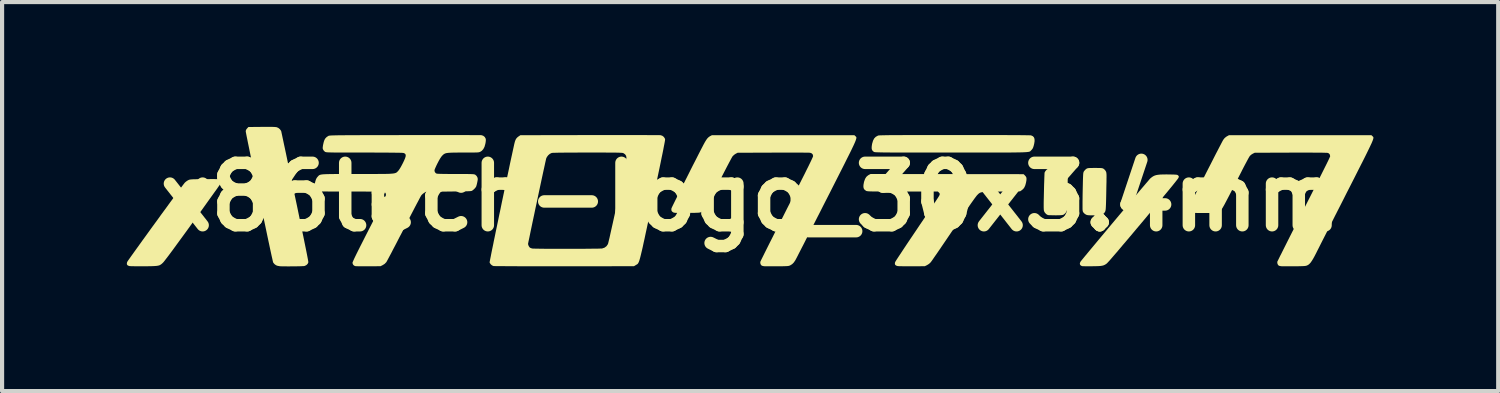
<source format=kicad_pcb>
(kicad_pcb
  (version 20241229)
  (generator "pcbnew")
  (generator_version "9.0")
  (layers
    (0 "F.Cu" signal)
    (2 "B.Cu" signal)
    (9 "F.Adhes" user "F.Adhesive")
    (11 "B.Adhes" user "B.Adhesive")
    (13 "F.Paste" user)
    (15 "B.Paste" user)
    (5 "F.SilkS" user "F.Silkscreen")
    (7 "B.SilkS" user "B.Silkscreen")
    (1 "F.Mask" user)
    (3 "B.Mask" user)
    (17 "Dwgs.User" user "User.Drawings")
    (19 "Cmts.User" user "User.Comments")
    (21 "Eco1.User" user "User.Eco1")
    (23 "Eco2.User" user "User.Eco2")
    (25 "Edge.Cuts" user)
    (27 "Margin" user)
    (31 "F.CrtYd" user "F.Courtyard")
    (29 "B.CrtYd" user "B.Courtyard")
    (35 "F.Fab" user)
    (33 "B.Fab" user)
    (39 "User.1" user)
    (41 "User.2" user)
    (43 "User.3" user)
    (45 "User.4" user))
  (footprint "x86tech-logo_30x3.4mm"
    (layer "F.Cu")
    (at 15.001 1.687)
    (property "Reference" "x86tech-logo_30x3.4mm" (at 0 0 0) (layer "F.SilkS") (effects (font (size 1.5 1.5) (thickness 0.3))))
    (attr board_only exclude_from_pos_files exclude_from_bom)
    (fp_poly (pts (xy 7.404 -0.703) (xy 7.446 -0.702) (xy 7.477 -0.7) (xy 7.5 -0.697) (xy 7.518 -0.692) (xy 7.535 -0.684) (xy 7.539 -0.682) (xy 7.569 -0.662) (xy 7.596 -0.637) (xy 7.603 -0.628) (xy 7.625 -0.595) (xy 7.619 -0.164) (xy 7.617 -0.074) (xy 7.616 0.011) (xy 7.614 0.089) (xy 7.613 0.159) (xy 7.611 0.218) (xy 7.61 0.264) (xy 7.608 0.295) (xy 7.607 0.308) (xy 7.593 0.351) (xy 7.565 0.391) (xy 7.528 0.421) (xy 7.513 0.428) (xy 7.493 0.433) (xy 7.462 0.437) (xy 7.416 0.439) (xy 7.355 0.44) (xy 7.321 0.44) (xy 7.267 0.439) (xy 7.219 0.438) (xy 7.18 0.437) (xy 7.154 0.435) (xy 7.145 0.434) (xy 7.104 0.41) (xy 7.071 0.373) (xy 7.059 0.351) (xy 7.055 0.341) (xy 7.051 0.33) (xy 7.049 0.317) (xy 7.047 0.299) (xy 7.046 0.275) (xy 7.045 0.244) (xy 7.045 0.203) (xy 7.045 0.151) (xy 7.046 0.086) (xy 7.048 0.006) (xy 7.05 -0.09) (xy 7.051 -0.128) (xy 7.053 -0.218) (xy 7.055 -0.302) (xy 7.058 -0.379) (xy 7.06 -0.447) (xy 7.062 -0.503) (xy 7.064 -0.546) (xy 7.065 -0.575) (xy 7.066 -0.586) (xy 7.084 -0.62) (xy 7.113 -0.654) (xy 7.148 -0.68) (xy 7.158 -0.685) (xy 7.175 -0.692) (xy 7.196 -0.697) (xy 7.224 -0.7) (xy 7.261 -0.702) (xy 7.311 -0.703) (xy 7.347 -0.703)) (stroke (width 0) (type solid)) (fill yes) (layer "F.SilkS"))
    (fp_poly (pts (xy 8.341 -0.698) (xy 8.386 -0.698) (xy 8.42 -0.696) (xy 8.443 -0.694) (xy 8.46 -0.69) (xy 8.474 -0.685) (xy 8.487 -0.677) (xy 8.487 -0.677) (xy 8.517 -0.651) (xy 8.54 -0.616) (xy 8.545 -0.607) (xy 8.548 -0.597) (xy 8.551 -0.584) (xy 8.553 -0.568) (xy 8.555 -0.547) (xy 8.556 -0.518) (xy 8.556 -0.48) (xy 8.555 -0.431) (xy 8.555 -0.37) (xy 8.553 -0.295) (xy 8.551 -0.203) (xy 8.55 -0.131) (xy 8.548 -0.028) (xy 8.546 0.058) (xy 8.544 0.129) (xy 8.542 0.186) (xy 8.54 0.231) (xy 8.538 0.267) (xy 8.536 0.293) (xy 8.533 0.314) (xy 8.53 0.329) (xy 8.527 0.341) (xy 8.522 0.351) (xy 8.52 0.356) (xy 8.496 0.392) (xy 8.461 0.418) (xy 8.458 0.419) (xy 8.442 0.427) (xy 8.425 0.433) (xy 8.405 0.437) (xy 8.379 0.439) (xy 8.342 0.44) (xy 8.291 0.441) (xy 8.257 0.441) (xy 8.196 0.44) (xy 8.152 0.44) (xy 8.119 0.438) (xy 8.095 0.435) (xy 8.077 0.43) (xy 8.061 0.423) (xy 8.059 0.422) (xy 8.029 0.402) (xy 8.004 0.377) (xy 7.999 0.371) (xy 7.993 0.36) (xy 7.987 0.35) (xy 7.984 0.336) (xy 7.981 0.318) (xy 7.979 0.292) (xy 7.979 0.255) (xy 7.979 0.206) (xy 7.979 0.142) (xy 7.979 0.111) (xy 7.98 0.029) (xy 7.981 -0.063) (xy 7.983 -0.161) (xy 7.985 -0.256) (xy 7.987 -0.341) (xy 7.987 -0.352) (xy 7.989 -0.424) (xy 7.991 -0.481) (xy 7.993 -0.523) (xy 7.995 -0.555) (xy 7.998 -0.578) (xy 8.002 -0.594) (xy 8.007 -0.607) (xy 8.013 -0.619) (xy 8.015 -0.621) (xy 8.038 -0.649) (xy 8.066 -0.674) (xy 8.071 -0.677) (xy 8.084 -0.685) (xy 8.098 -0.69) (xy 8.115 -0.694) (xy 8.138 -0.696) (xy 8.171 -0.698) (xy 8.216 -0.698) (xy 8.277 -0.699) (xy 8.279 -0.699)) (stroke (width 0) (type solid)) (fill yes) (layer "F.SilkS"))
    (fp_poly (pts (xy 10.054 -0.542) (xy 10.121 -0.541) (xy 10.172 -0.54) (xy 10.209 -0.538) (xy 10.235 -0.536) (xy 10.252 -0.533) (xy 10.264 -0.529) (xy 10.272 -0.523) (xy 10.278 -0.518) (xy 10.291 -0.503) (xy 10.294 -0.49) (xy 10.289 -0.47) (xy 10.285 -0.459) (xy 10.277 -0.447) (xy 10.258 -0.421) (xy 10.229 -0.384) (xy 10.189 -0.334) (xy 10.142 -0.275) (xy 10.086 -0.207) (xy 10.023 -0.13) (xy 9.953 -0.046) (xy 9.879 0.045) (xy 9.8 0.14) (xy 9.717 0.24) (xy 9.631 0.342) (xy 9.544 0.447) (xy 9.455 0.554) (xy 9.366 0.66) (xy 9.277 0.765) (xy 9.19 0.869) (xy 9.105 0.97) (xy 9.023 1.067) (xy 8.945 1.158) (xy 8.872 1.245) (xy 8.805 1.324) (xy 8.743 1.395) (xy 8.69 1.457) (xy 8.644 1.51) (xy 8.607 1.551) (xy 8.58 1.58) (xy 8.564 1.597) (xy 8.561 1.599) (xy 8.535 1.618) (xy 8.51 1.632) (xy 8.485 1.643) (xy 8.455 1.651) (xy 8.42 1.657) (xy 8.374 1.661) (xy 8.317 1.663) (xy 8.245 1.664) (xy 8.214 1.665) (xy 8.15 1.665) (xy 8.091 1.665) (xy 8.041 1.665) (xy 8.002 1.664) (xy 7.977 1.663) (xy 7.97 1.663) (xy 7.937 1.648) (xy 7.918 1.624) (xy 7.914 1.593) (xy 7.928 1.559) (xy 7.93 1.556) (xy 7.94 1.542) (xy 7.962 1.515) (xy 7.994 1.476) (xy 8.035 1.426) (xy 8.085 1.366) (xy 8.142 1.297) (xy 8.207 1.219) (xy 8.277 1.135) (xy 8.352 1.045) (xy 8.432 0.949) (xy 8.515 0.85) (xy 8.6 0.748) (xy 8.687 0.644) (xy 8.775 0.539) (xy 8.863 0.434) (xy 8.95 0.331) (xy 9.035 0.229) (xy 9.118 0.131) (xy 9.197 0.037) (xy 9.271 -0.051) (xy 9.341 -0.134) (xy 9.404 -0.209) (xy 9.461 -0.275) (xy 9.51 -0.333) (xy 9.55 -0.379) (xy 9.58 -0.415) (xy 9.6 -0.438) (xy 9.609 -0.447) (xy 9.642 -0.474) (xy 9.674 -0.496) (xy 9.708 -0.513) (xy 9.747 -0.526) (xy 9.793 -0.534) (xy 9.849 -0.54) (xy 9.918 -0.542) (xy 10.001 -0.543)) (stroke (width 0) (type solid)) (fill yes) (layer "F.SilkS"))
    (fp_poly (pts (xy -11.57 -1.686) (xy -11.502 -1.686) (xy -11.452 -1.684) (xy -11.417 -1.681) (xy -11.397 -1.678) (xy -11.357 -1.66) (xy -11.322 -1.631) (xy -11.296 -1.596) (xy -11.289 -1.581) (xy -11.286 -1.568) (xy -11.28 -1.539) (xy -11.27 -1.493) (xy -11.257 -1.431) (xy -11.241 -1.356) (xy -11.222 -1.266) (xy -11.2 -1.164) (xy -11.176 -1.051) (xy -11.15 -0.927) (xy -11.122 -0.793) (xy -11.092 -0.651) (xy -11.06 -0.5) (xy -11.027 -0.344) (xy -10.993 -0.181) (xy -10.958 -0.014) (xy -10.956 -0.005) (xy -10.908 0.222) (xy -10.865 0.431) (xy -10.825 0.623) (xy -10.789 0.798) (xy -10.756 0.955) (xy -10.728 1.094) (xy -10.703 1.216) (xy -10.682 1.32) (xy -10.665 1.407) (xy -10.652 1.475) (xy -10.643 1.525) (xy -10.638 1.557) (xy -10.637 1.571) (xy -10.637 1.571) (xy -10.652 1.605) (xy -10.681 1.635) (xy -10.719 1.655) (xy -10.737 1.66) (xy -10.755 1.662) (xy -10.788 1.663) (xy -10.834 1.665) (xy -10.89 1.666) (xy -10.952 1.667) (xy -11.017 1.667) (xy -11.084 1.668) (xy -11.148 1.668) (xy -11.206 1.667) (xy -11.257 1.667) (xy -11.296 1.666) (xy -11.32 1.665) (xy -11.326 1.664) (xy -11.345 1.66) (xy -11.371 1.656) (xy -11.376 1.655) (xy -11.413 1.641) (xy -11.448 1.616) (xy -11.476 1.584) (xy -11.485 1.568) (xy -11.488 1.555) (xy -11.495 1.525) (xy -11.505 1.479) (xy -11.519 1.418) (xy -11.535 1.344) (xy -11.554 1.257) (xy -11.575 1.158) (xy -11.598 1.05) (xy -11.623 0.932) (xy -11.649 0.807) (xy -11.677 0.674) (xy -11.706 0.537) (xy -11.736 0.395) (xy -11.766 0.25) (xy -11.797 0.103) (xy -11.828 -0.045) (xy -11.859 -0.193) (xy -11.889 -0.339) (xy -11.919 -0.483) (xy -11.948 -0.622) (xy -11.976 -0.757) (xy -12.003 -0.886) (xy -12.028 -1.007) (xy -12.051 -1.12) (xy -12.072 -1.223) (xy -12.091 -1.315) (xy -12.107 -1.396) (xy -12.121 -1.463) (xy -12.131 -1.516) (xy -12.138 -1.553) (xy -12.142 -1.574) (xy -12.142 -1.578) (xy -12.138 -1.606) (xy -12.124 -1.632) (xy -12.11 -1.648) (xy -12.078 -1.683) (xy -11.756 -1.686) (xy -11.654 -1.687)) (stroke (width 0) (type solid)) (fill yes) (layer "F.SilkS"))
    (fp_poly (pts (xy -12.865 -0.43) (xy -12.831 -0.429) (xy -12.806 -0.428) (xy -12.788 -0.426) (xy -12.776 -0.423) (xy -12.768 -0.419) (xy -12.761 -0.414) (xy -12.758 -0.412) (xy -12.738 -0.389) (xy -12.734 -0.362) (xy -12.745 -0.327) (xy -12.75 -0.318) (xy -12.757 -0.307) (xy -12.775 -0.281) (xy -12.803 -0.242) (xy -12.839 -0.19) (xy -12.884 -0.128) (xy -12.936 -0.055) (xy -12.995 0.027) (xy -13.06 0.118) (xy -13.13 0.216) (xy -13.205 0.321) (xy -13.284 0.43) (xy -13.367 0.545) (xy -13.421 0.619) (xy -13.53 0.77) (xy -13.631 0.909) (xy -13.724 1.036) (xy -13.808 1.151) (xy -13.882 1.253) (xy -13.948 1.342) (xy -14.004 1.417) (xy -14.051 1.478) (xy -14.087 1.525) (xy -14.113 1.558) (xy -14.129 1.576) (xy -14.129 1.576) (xy -14.152 1.598) (xy -14.172 1.615) (xy -14.193 1.629) (xy -14.215 1.641) (xy -14.242 1.649) (xy -14.275 1.655) (xy -14.316 1.659) (xy -14.368 1.662) (xy -14.433 1.664) (xy -14.512 1.665) (xy -14.594 1.665) (xy -14.671 1.666) (xy -14.743 1.666) (xy -14.808 1.665) (xy -14.862 1.664) (xy -14.905 1.663) (xy -14.933 1.661) (xy -14.943 1.66) (xy -14.979 1.646) (xy -14.998 1.624) (xy -15.001 1.593) (xy -14.993 1.562) (xy -14.986 1.551) (xy -14.969 1.525) (xy -14.942 1.487) (xy -14.907 1.437) (xy -14.864 1.377) (xy -14.814 1.307) (xy -14.757 1.228) (xy -14.696 1.143) (xy -14.63 1.051) (xy -14.56 0.955) (xy -14.487 0.854) (xy -14.413 0.751) (xy -14.337 0.647) (xy -14.26 0.542) (xy -14.185 0.437) (xy -14.11 0.335) (xy -14.037 0.236) (xy -13.968 0.14) (xy -13.901 0.05) (xy -13.84 -0.034) (xy -13.784 -0.11) (xy -13.734 -0.177) (xy -13.691 -0.235) (xy -13.656 -0.282) (xy -13.629 -0.317) (xy -13.612 -0.339) (xy -13.607 -0.345) (xy -13.576 -0.372) (xy -13.541 -0.396) (xy -13.522 -0.406) (xy -13.51 -0.412) (xy -13.498 -0.416) (xy -13.483 -0.419) (xy -13.463 -0.422) (xy -13.437 -0.424) (xy -13.403 -0.426) (xy -13.358 -0.427) (xy -13.3 -0.428) (xy -13.228 -0.429) (xy -13.14 -0.429) (xy -13.131 -0.429) (xy -13.041 -0.43) (xy -12.968 -0.431) (xy -12.91 -0.431)) (stroke (width 0) (type solid)) (fill yes) (layer "F.SilkS"))
    (fp_poly (pts (xy 5.143 -1.49) (xy 5.366 -1.49) (xy 5.574 -1.49) (xy 5.766 -1.49) (xy 5.941 -1.489) (xy 6.099 -1.489) (xy 6.241 -1.488) (xy 6.365 -1.488) (xy 6.473 -1.487) (xy 6.562 -1.486) (xy 6.634 -1.485) (xy 6.688 -1.484) (xy 6.724 -1.483) (xy 6.741 -1.482) (xy 6.742 -1.481) (xy 6.783 -1.463) (xy 6.81 -1.435) (xy 6.824 -1.396) (xy 6.826 -1.344) (xy 6.817 -1.284) (xy 6.804 -1.23) (xy 6.791 -1.19) (xy 6.776 -1.16) (xy 6.756 -1.135) (xy 6.745 -1.124) (xy 6.738 -1.117) (xy 6.733 -1.111) (xy 6.728 -1.106) (xy 6.723 -1.101) (xy 6.716 -1.096) (xy 6.708 -1.092) (xy 6.696 -1.089) (xy 6.681 -1.085) (xy 6.662 -1.083) (xy 6.638 -1.08) (xy 6.608 -1.078) (xy 6.571 -1.076) (xy 6.527 -1.074) (xy 6.474 -1.073) (xy 6.412 -1.072) (xy 6.341 -1.071) (xy 6.259 -1.07) (xy 6.166 -1.07) (xy 6.06 -1.069) (xy 5.941 -1.069) (xy 5.809 -1.069) (xy 5.662 -1.069) (xy 5.5 -1.069) (xy 5.322 -1.069) (xy 5.127 -1.069) (xy 4.915 -1.069) (xy 4.822 -1.069) (xy 4.604 -1.069) (xy 4.404 -1.069) (xy 4.221 -1.069) (xy 4.054 -1.069) (xy 3.904 -1.069) (xy 3.767 -1.069) (xy 3.645 -1.07) (xy 3.537 -1.07) (xy 3.44 -1.07) (xy 3.356 -1.07) (xy 3.282 -1.071) (xy 3.218 -1.071) (xy 3.164 -1.072) (xy 3.118 -1.073) (xy 3.08 -1.074) (xy 3.049 -1.075) (xy 3.024 -1.076) (xy 3.005 -1.077) (xy 2.99 -1.078) (xy 2.979 -1.08) (xy 2.971 -1.082) (xy 2.966 -1.083) (xy 2.961 -1.086) (xy 2.959 -1.087) (xy 2.932 -1.11) (xy 2.915 -1.137) (xy 2.908 -1.172) (xy 2.91 -1.219) (xy 2.919 -1.279) (xy 2.921 -1.285) (xy 2.941 -1.354) (xy 2.969 -1.408) (xy 3.007 -1.447) (xy 3.056 -1.474) (xy 3.064 -1.478) (xy 3.072 -1.479) (xy 3.085 -1.481) (xy 3.105 -1.482) (xy 3.133 -1.483) (xy 3.169 -1.484) (xy 3.214 -1.485) (xy 3.268 -1.486) (xy 3.333 -1.487) (xy 3.409 -1.487) (xy 3.497 -1.488) (xy 3.597 -1.488) (xy 3.71 -1.489) (xy 3.838 -1.489) (xy 3.979 -1.49) (xy 4.137 -1.49) (xy 4.31 -1.49) (xy 4.5 -1.49) (xy 4.707 -1.49) (xy 4.904 -1.49)) (stroke (width 0) (type solid)) (fill yes) (layer "F.SilkS"))
    (fp_poly (pts (xy 4.722 -0.551) (xy 6.562 -0.549) (xy 6.591 -0.521) (xy 6.614 -0.495) (xy 6.628 -0.469) (xy 6.632 -0.437) (xy 6.629 -0.396) (xy 6.62 -0.346) (xy 6.603 -0.282) (xy 6.582 -0.234) (xy 6.555 -0.196) (xy 6.52 -0.166) (xy 6.515 -0.162) (xy 6.476 -0.136) (xy 6.02 -0.131) (xy 5.912 -0.13) (xy 5.821 -0.129) (xy 5.745 -0.128) (xy 5.683 -0.126) (xy 5.633 -0.124) (xy 5.593 -0.121) (xy 5.561 -0.116) (xy 5.536 -0.11) (xy 5.516 -0.103) (xy 5.5 -0.094) (xy 5.484 -0.083) (xy 5.469 -0.069) (xy 5.452 -0.052) (xy 5.449 -0.049) (xy 5.435 -0.034) (xy 5.413 -0.005) (xy 5.382 0.036) (xy 5.342 0.092) (xy 5.293 0.161) (xy 5.235 0.245) (xy 5.167 0.343) (xy 5.09 0.456) (xy 5.003 0.584) (xy 4.906 0.727) (xy 4.884 0.759) (xy 4.81 0.868) (xy 4.739 0.973) (xy 4.671 1.073) (xy 4.607 1.167) (xy 4.548 1.254) (xy 4.494 1.333) (xy 4.446 1.402) (xy 4.405 1.461) (xy 4.373 1.508) (xy 4.348 1.543) (xy 4.333 1.563) (xy 4.33 1.568) (xy 4.289 1.607) (xy 4.24 1.638) (xy 4.24 1.638) (xy 4.186 1.664) (xy 3.872 1.666) (xy 3.796 1.666) (xy 3.725 1.666) (xy 3.661 1.665) (xy 3.606 1.664) (xy 3.564 1.663) (xy 3.537 1.661) (xy 3.528 1.66) (xy 3.491 1.646) (xy 3.47 1.624) (xy 3.466 1.593) (xy 3.473 1.565) (xy 3.48 1.553) (xy 3.496 1.526) (xy 3.522 1.486) (xy 3.556 1.434) (xy 3.598 1.371) (xy 3.646 1.298) (xy 3.7 1.216) (xy 3.76 1.126) (xy 3.825 1.029) (xy 3.894 0.927) (xy 3.966 0.82) (xy 4.003 0.765) (xy 4.076 0.656) (xy 4.147 0.552) (xy 4.213 0.452) (xy 4.276 0.359) (xy 4.333 0.273) (xy 4.385 0.195) (xy 4.431 0.127) (xy 4.469 0.069) (xy 4.499 0.023) (xy 4.52 -0.01) (xy 4.532 -0.03) (xy 4.534 -0.034) (xy 4.545 -0.062) (xy 4.545 -0.08) (xy 4.535 -0.097) (xy 4.524 -0.108) (xy 4.501 -0.131) (xy 3.655 -0.131) (xy 3.509 -0.131) (xy 3.381 -0.131) (xy 3.269 -0.132) (xy 3.172 -0.132) (xy 3.09 -0.132) (xy 3.02 -0.133) (xy 2.962 -0.133) (xy 2.914 -0.134) (xy 2.876 -0.135) (xy 2.846 -0.136) (xy 2.823 -0.138) (xy 2.806 -0.14) (xy 2.793 -0.142) (xy 2.784 -0.144) (xy 2.777 -0.147) (xy 2.776 -0.148) (xy 2.742 -0.171) (xy 2.72 -0.2) (xy 2.71 -0.239) (xy 2.711 -0.288) (xy 2.722 -0.35) (xy 2.728 -0.374) (xy 2.75 -0.436) (xy 2.78 -0.484) (xy 2.821 -0.52) (xy 2.841 -0.532) (xy 2.882 -0.553)) (stroke (width 0) (type solid)) (fill yes) (layer "F.SilkS"))
    (fp_poly (pts (xy 2.518 -1.463) (xy 2.524 -1.457) (xy 2.53 -1.452) (xy 2.535 -1.446) (xy 2.539 -1.439) (xy 2.541 -1.43) (xy 2.541 -1.419) (xy 2.538 -1.404) (xy 2.533 -1.386) (xy 2.525 -1.362) (xy 2.514 -1.333) (xy 2.499 -1.298) (xy 2.48 -1.255) (xy 2.456 -1.205) (xy 2.428 -1.146) (xy 2.395 -1.078) (xy 2.356 -1) (xy 2.311 -0.911) (xy 2.261 -0.81) (xy 2.204 -0.697) (xy 2.14 -0.571) (xy 2.069 -0.431) (xy 1.991 -0.277) (xy 1.905 -0.107) (xy 1.819 0.061) (xy 1.741 0.214) (xy 1.666 0.363) (xy 1.592 0.507) (xy 1.522 0.645) (xy 1.455 0.776) (xy 1.392 0.9) (xy 1.333 1.015) (xy 1.28 1.12) (xy 1.231 1.215) (xy 1.188 1.299) (xy 1.151 1.371) (xy 1.121 1.43) (xy 1.098 1.474) (xy 1.082 1.504) (xy 1.075 1.518) (xy 1.075 1.518) (xy 1.037 1.574) (xy 0.996 1.615) (xy 0.949 1.644) (xy 0.947 1.645) (xy 0.934 1.65) (xy 0.92 1.655) (xy 0.903 1.658) (xy 0.881 1.661) (xy 0.851 1.662) (xy 0.811 1.664) (xy 0.758 1.665) (xy 0.692 1.665) (xy 0.619 1.666) (xy 0.547 1.666) (xy 0.48 1.666) (xy 0.421 1.666) (xy 0.373 1.665) (xy 0.337 1.665) (xy 0.317 1.664) (xy 0.314 1.663) (xy 0.289 1.658) (xy 0.274 1.654) (xy 0.254 1.641) (xy 0.238 1.617) (xy 0.23 1.586) (xy 0.231 1.559) (xy 0.236 1.548) (xy 0.248 1.521) (xy 0.269 1.479) (xy 0.297 1.423) (xy 0.331 1.354) (xy 0.371 1.274) (xy 0.417 1.182) (xy 0.468 1.08) (xy 0.524 0.97) (xy 0.584 0.85) (xy 0.648 0.724) (xy 0.716 0.591) (xy 0.786 0.453) (xy 0.858 0.31) (xy 0.868 0.29) (xy 0.959 0.111) (xy 1.042 -0.052) (xy 1.117 -0.199) (xy 1.183 -0.331) (xy 1.243 -0.45) (xy 1.296 -0.554) (xy 1.341 -0.646) (xy 1.381 -0.725) (xy 1.414 -0.793) (xy 1.441 -0.849) (xy 1.463 -0.895) (xy 1.479 -0.931) (xy 1.491 -0.957) (xy 1.498 -0.975) (xy 1.5 -0.985) (xy 1.5 -0.986) (xy 1.492 -1.022) (xy 1.469 -1.048) (xy 1.431 -1.063) (xy 1.423 -1.064) (xy 1.408 -1.065) (xy 1.375 -1.066) (xy 1.327 -1.066) (xy 1.264 -1.067) (xy 1.188 -1.067) (xy 1.1 -1.067) (xy 1.002 -1.068) (xy 0.895 -1.068) (xy 0.78 -1.068) (xy 0.659 -1.067) (xy 0.534 -1.067) (xy -0.314 -1.064) (xy -0.361 -1.04) (xy -0.398 -1.015) (xy -0.432 -0.983) (xy -0.439 -0.974) (xy -0.448 -0.959) (xy -0.465 -0.929) (xy -0.489 -0.884) (xy -0.519 -0.828) (xy -0.555 -0.76) (xy -0.595 -0.683) (xy -0.639 -0.598) (xy -0.686 -0.507) (xy -0.736 -0.41) (xy -0.773 -0.338) (xy -0.835 -0.217) (xy -0.891 -0.107) (xy -0.943 -0.008) (xy -0.988 0.079) (xy -1.027 0.152) (xy -1.06 0.211) (xy -1.085 0.256) (xy -1.102 0.286) (xy -1.111 0.298) (xy -1.139 0.325) (xy -1.17 0.35) (xy -1.185 0.359) (xy -1.196 0.365) (xy -1.208 0.369) (xy -1.223 0.373) (xy -1.242 0.376) (xy -1.268 0.378) (xy -1.304 0.379) (xy -1.35 0.381) (xy -1.41 0.381) (xy -1.486 0.382) (xy -1.525 0.383) (xy -1.611 0.383) (xy -1.68 0.384) (xy -1.735 0.383) (xy -1.777 0.382) (xy -1.809 0.381) (xy -1.832 0.378) (xy -1.848 0.375) (xy -1.86 0.371) (xy -1.892 0.349) (xy -1.908 0.318) (xy -1.907 0.278) (xy -1.907 0.277) (xy -1.902 0.265) (xy -1.89 0.238) (xy -1.87 0.197) (xy -1.844 0.144) (xy -1.812 0.079) (xy -1.775 0.005) (xy -1.734 -0.077) (xy -1.69 -0.165) (xy -1.643 -0.259) (xy -1.594 -0.357) (xy -1.543 -0.457) (xy -1.492 -0.558) (xy -1.442 -0.659) (xy -1.392 -0.758) (xy -1.343 -0.853) (xy -1.297 -0.943) (xy -1.254 -1.028) (xy -1.215 -1.104) (xy -1.18 -1.172) (xy -1.15 -1.229) (xy -1.133 -1.262) (xy -1.099 -1.324) (xy -1.07 -1.371) (xy -1.044 -1.407) (xy -1.018 -1.434) (xy -0.99 -1.455) (xy -0.971 -1.466) (xy -0.933 -1.486) (xy 0.78 -1.486) (xy 2.493 -1.486)) (stroke (width 0) (type solid)) (fill yes) (layer "F.SilkS"))
    (fp_poly (pts (xy 14.95 -1.463) (xy 14.956 -1.457) (xy 14.962 -1.452) (xy 14.967 -1.446) (xy 14.971 -1.439) (xy 14.973 -1.43) (xy 14.973 -1.418) (xy 14.97 -1.403) (xy 14.965 -1.384) (xy 14.956 -1.359) (xy 14.944 -1.329) (xy 14.928 -1.291) (xy 14.907 -1.247) (xy 14.882 -1.194) (xy 14.852 -1.132) (xy 14.817 -1.06) (xy 14.776 -0.977) (xy 14.729 -0.883) (xy 14.675 -0.777) (xy 14.614 -0.657) (xy 14.547 -0.524) (xy 14.472 -0.376) (xy 14.389 -0.213) (xy 14.335 -0.108) (xy 14.261 0.039) (xy 14.187 0.185) (xy 14.115 0.326) (xy 14.045 0.463) (xy 13.979 0.595) (xy 13.915 0.719) (xy 13.856 0.836) (xy 13.801 0.944) (xy 13.751 1.042) (xy 13.707 1.129) (xy 13.67 1.203) (xy 13.639 1.264) (xy 13.615 1.311) (xy 13.6 1.342) (xy 13.558 1.423) (xy 13.522 1.488) (xy 13.49 1.539) (xy 13.462 1.579) (xy 13.434 1.609) (xy 13.408 1.63) (xy 13.38 1.645) (xy 13.377 1.646) (xy 13.364 1.651) (xy 13.349 1.655) (xy 13.328 1.658) (xy 13.301 1.661) (xy 13.264 1.662) (xy 13.217 1.664) (xy 13.155 1.665) (xy 13.078 1.665) (xy 13.052 1.666) (xy 12.979 1.666) (xy 12.913 1.666) (xy 12.854 1.666) (xy 12.806 1.665) (xy 12.77 1.665) (xy 12.75 1.664) (xy 12.747 1.663) (xy 12.722 1.658) (xy 12.706 1.654) (xy 12.687 1.642) (xy 12.671 1.617) (xy 12.662 1.587) (xy 12.662 1.558) (xy 12.662 1.557) (xy 12.667 1.546) (xy 12.68 1.52) (xy 12.701 1.478) (xy 12.728 1.422) (xy 12.763 1.354) (xy 12.803 1.273) (xy 12.849 1.182) (xy 12.9 1.08) (xy 12.956 0.969) (xy 13.016 0.85) (xy 13.08 0.724) (xy 13.148 0.591) (xy 13.218 0.453) (xy 13.29 0.311) (xy 13.301 0.29) (xy 13.377 0.139) (xy 13.451 -0.006) (xy 13.521 -0.145) (xy 13.587 -0.275) (xy 13.648 -0.398) (xy 13.705 -0.511) (xy 13.756 -0.613) (xy 13.802 -0.705) (xy 13.842 -0.785) (xy 13.875 -0.852) (xy 13.901 -0.906) (xy 13.919 -0.946) (xy 13.93 -0.97) (xy 13.933 -0.978) (xy 13.926 -1.018) (xy 13.905 -1.046) (xy 13.876 -1.06) (xy 13.859 -1.062) (xy 13.824 -1.063) (xy 13.77 -1.065) (xy 13.699 -1.066) (xy 13.609 -1.066) (xy 13.502 -1.067) (xy 13.378 -1.067) (xy 13.236 -1.067) (xy 13.077 -1.067) (xy 12.979 -1.067) (xy 12.119 -1.064) (xy 12.074 -1.042) (xy 12.041 -1.022) (xy 12.011 -0.996) (xy 12.001 -0.986) (xy 11.991 -0.97) (xy 11.973 -0.94) (xy 11.949 -0.896) (xy 11.92 -0.842) (xy 11.887 -0.78) (xy 11.85 -0.71) (xy 11.812 -0.636) (xy 11.799 -0.609) (xy 11.727 -0.469) (xy 11.664 -0.345) (xy 11.608 -0.235) (xy 11.559 -0.139) (xy 11.516 -0.056) (xy 11.479 0.015) (xy 11.447 0.076) (xy 11.42 0.127) (xy 11.398 0.169) (xy 11.379 0.204) (xy 11.363 0.231) (xy 11.351 0.253) (xy 11.34 0.271) (xy 11.33 0.284) (xy 11.322 0.295) (xy 11.315 0.304) (xy 11.308 0.311) (xy 11.288 0.33) (xy 11.269 0.345) (xy 11.249 0.358) (xy 11.224 0.367) (xy 11.193 0.374) (xy 11.155 0.379) (xy 11.105 0.382) (xy 11.044 0.384) (xy 10.967 0.384) (xy 10.884 0.384) (xy 10.799 0.384) (xy 10.731 0.384) (xy 10.678 0.383) (xy 10.638 0.381) (xy 10.608 0.379) (xy 10.587 0.375) (xy 10.573 0.372) (xy 10.571 0.371) (xy 10.541 0.349) (xy 10.524 0.317) (xy 10.524 0.279) (xy 10.529 0.266) (xy 10.542 0.239) (xy 10.562 0.197) (xy 10.588 0.144) (xy 10.62 0.079) (xy 10.657 0.004) (xy 10.699 -0.079) (xy 10.744 -0.168) (xy 10.792 -0.263) (xy 10.842 -0.362) (xy 10.893 -0.464) (xy 10.945 -0.567) (xy 10.997 -0.669) (xy 11.049 -0.77) (xy 11.099 -0.868) (xy 11.146 -0.961) (xy 11.191 -1.049) (xy 11.233 -1.129) (xy 11.27 -1.201) (xy 11.302 -1.262) (xy 11.328 -1.312) (xy 11.348 -1.35) (xy 11.361 -1.372) (xy 11.364 -1.377) (xy 11.396 -1.418) (xy 11.433 -1.448) (xy 11.449 -1.458) (xy 11.5 -1.486) (xy 13.213 -1.486) (xy 14.925 -1.486)) (stroke (width 0) (type solid)) (fill yes) (layer "F.SilkS"))
    (fp_poly (pts (xy -3.05 -1.489) (xy -2.907 -1.489) (xy -2.774 -1.489) (xy -2.652 -1.489) (xy -2.541 -1.489) (xy -2.442 -1.488) (xy -2.357 -1.488) (xy -2.286 -1.488) (xy -2.231 -1.487) (xy -2.192 -1.487) (xy -2.17 -1.486) (xy -2.166 -1.486) (xy -2.125 -1.472) (xy -2.09 -1.445) (xy -2.066 -1.41) (xy -2.059 -1.387) (xy -2.059 -1.376) (xy -2.062 -1.354) (xy -2.068 -1.319) (xy -2.077 -1.271) (xy -2.089 -1.21) (xy -2.103 -1.135) (xy -2.121 -1.046) (xy -2.143 -0.941) (xy -2.167 -0.822) (xy -2.195 -0.687) (xy -2.227 -0.535) (xy -2.262 -0.367) (xy -2.302 -0.182) (xy -2.345 0.021) (xy -2.358 0.084) (xy -2.399 0.279) (xy -2.437 0.455) (xy -2.47 0.615) (xy -2.501 0.76) (xy -2.529 0.889) (xy -2.553 1.004) (xy -2.576 1.106) (xy -2.595 1.196) (xy -2.613 1.274) (xy -2.629 1.341) (xy -2.643 1.399) (xy -2.655 1.447) (xy -2.666 1.488) (xy -2.676 1.521) (xy -2.685 1.548) (xy -2.694 1.569) (xy -2.702 1.585) (xy -2.71 1.598) (xy -2.718 1.608) (xy -2.726 1.615) (xy -2.735 1.621) (xy -2.744 1.626) (xy -2.755 1.632) (xy -2.761 1.636) (xy -2.807 1.664) (xy -4.476 1.666) (xy -4.652 1.666) (xy -4.824 1.666) (xy -4.989 1.666) (xy -5.148 1.666) (xy -5.3 1.665) (xy -5.442 1.665) (xy -5.575 1.665) (xy -5.698 1.664) (xy -5.809 1.664) (xy -5.908 1.663) (xy -5.993 1.663) (xy -6.063 1.662) (xy -6.119 1.662) (xy -6.158 1.661) (xy -6.179 1.66) (xy -6.183 1.66) (xy -6.219 1.645) (xy -6.251 1.618) (xy -6.274 1.584) (xy -6.278 1.571) (xy -6.277 1.561) (xy -6.271 1.532) (xy -6.263 1.488) (xy -6.251 1.43) (xy -6.237 1.357) (xy -6.22 1.272) (xy -6.2 1.176) (xy -6.19 1.128) (xy -5.354 1.128) (xy -5.348 1.155) (xy -5.334 1.186) (xy -5.316 1.211) (xy -5.303 1.221) (xy -5.279 1.231) (xy -5.255 1.238) (xy -5.24 1.24) (xy -5.208 1.241) (xy -5.16 1.242) (xy -5.099 1.243) (xy -5.025 1.244) (xy -4.942 1.245) (xy -4.849 1.245) (xy -4.75 1.246) (xy -4.645 1.246) (xy -4.537 1.246) (xy -4.427 1.246) (xy -4.317 1.246) (xy -4.208 1.246) (xy -4.102 1.245) (xy -4.002 1.245) (xy -3.907 1.244) (xy -3.821 1.243) (xy -3.745 1.243) (xy -3.68 1.242) (xy -3.629 1.24) (xy -3.593 1.239) (xy -3.573 1.238) (xy -3.571 1.237) (xy -3.515 1.218) (xy -3.468 1.183) (xy -3.434 1.134) (xy -3.429 1.119) (xy -3.421 1.088) (xy -3.41 1.041) (xy -3.395 0.98) (xy -3.379 0.907) (xy -3.36 0.822) (xy -3.339 0.728) (xy -3.316 0.626) (xy -3.292 0.517) (xy -3.267 0.403) (xy -3.242 0.285) (xy -3.216 0.164) (xy -3.19 0.043) (xy -3.164 -0.077) (xy -3.139 -0.196) (xy -3.115 -0.311) (xy -3.092 -0.42) (xy -3.07 -0.524) (xy -3.051 -0.619) (xy -3.033 -0.706) (xy -3.018 -0.781) (xy -3.006 -0.844) (xy -2.996 -0.893) (xy -2.991 -0.927) (xy -2.988 -0.945) (xy -2.988 -0.945) (xy -2.996 -0.99) (xy -3.021 -1.027) (xy -3.057 -1.052) (xy -3.064 -1.055) (xy -3.072 -1.058) (xy -3.084 -1.06) (xy -3.1 -1.062) (xy -3.122 -1.063) (xy -3.15 -1.065) (xy -3.187 -1.066) (xy -3.232 -1.067) (xy -3.288 -1.067) (xy -3.355 -1.068) (xy -3.435 -1.068) (xy -3.529 -1.069) (xy -3.638 -1.069) (xy -3.764 -1.069) (xy -3.907 -1.069) (xy -3.919 -1.069) (xy -4.088 -1.069) (xy -4.237 -1.068) (xy -4.369 -1.068) (xy -4.482 -1.067) (xy -4.577 -1.066) (xy -4.654 -1.065) (xy -4.714 -1.063) (xy -4.755 -1.062) (xy -4.78 -1.06) (xy -4.785 -1.059) (xy -4.829 -1.038) (xy -4.869 -1.004) (xy -4.901 -0.962) (xy -4.918 -0.925) (xy -4.922 -0.908) (xy -4.929 -0.875) (xy -4.94 -0.827) (xy -4.953 -0.766) (xy -4.969 -0.692) (xy -4.988 -0.607) (xy -5.008 -0.514) (xy -5.03 -0.412) (xy -5.053 -0.304) (xy -5.077 -0.191) (xy -5.102 -0.074) (xy -5.127 0.045) (xy -5.152 0.164) (xy -5.178 0.283) (xy -5.202 0.399) (xy -5.226 0.512) (xy -5.249 0.62) (xy -5.27 0.721) (xy -5.29 0.815) (xy -5.307 0.899) (xy -5.322 0.972) (xy -5.335 1.033) (xy -5.345 1.08) (xy -5.351 1.112) (xy -5.354 1.127) (xy -5.354 1.128) (xy -6.19 1.128) (xy -6.179 1.07) (xy -6.155 0.956) (xy -6.13 0.833) (xy -6.103 0.705) (xy -6.075 0.57) (xy -6.047 0.432) (xy -6.017 0.292) (xy -5.988 0.149) (xy -5.958 0.006) (xy -5.928 -0.136) (xy -5.898 -0.277) (xy -5.87 -0.414) (xy -5.841 -0.547) (xy -5.814 -0.674) (xy -5.789 -0.795) (xy -5.765 -0.907) (xy -5.742 -1.011) (xy -5.722 -1.104) (xy -5.704 -1.186) (xy -5.689 -1.256) (xy -5.686 -1.27) (xy -5.671 -1.329) (xy -5.655 -1.374) (xy -5.635 -1.408) (xy -5.609 -1.436) (xy -5.576 -1.461) (xy -5.538 -1.486) (xy -3.873 -1.489) (xy -3.697 -1.489) (xy -3.526 -1.489) (xy -3.36 -1.489) (xy -3.201 -1.489)) (stroke (width 0) (type solid)) (fill yes) (layer "F.SilkS"))
    (fp_poly (pts (xy -7.307 -1.489) (xy -7.166 -1.489) (xy -7.035 -1.489) (xy -6.916 -1.489) (xy -6.809 -1.489) (xy -6.714 -1.488) (xy -6.634 -1.488) (xy -6.569 -1.488) (xy -6.52 -1.487) (xy -6.487 -1.487) (xy -6.472 -1.486) (xy -6.472 -1.486) (xy -6.431 -1.472) (xy -6.396 -1.444) (xy -6.374 -1.406) (xy -6.37 -1.391) (xy -6.369 -1.362) (xy -6.373 -1.32) (xy -6.381 -1.278) (xy -6.401 -1.206) (xy -6.43 -1.151) (xy -6.467 -1.11) (xy -6.497 -1.091) (xy -6.508 -1.085) (xy -6.518 -1.081) (xy -6.531 -1.077) (xy -6.547 -1.074) (xy -6.569 -1.072) (xy -6.599 -1.071) (xy -6.638 -1.07) (xy -6.688 -1.069) (xy -6.752 -1.069) (xy -6.832 -1.069) (xy -6.905 -1.069) (xy -7.008 -1.069) (xy -7.093 -1.068) (xy -7.164 -1.067) (xy -7.221 -1.065) (xy -7.267 -1.062) (xy -7.303 -1.058) (xy -7.332 -1.052) (xy -7.355 -1.043) (xy -7.374 -1.033) (xy -7.391 -1.02) (xy -7.408 -1.004) (xy -7.418 -0.994) (xy -7.443 -0.964) (xy -7.469 -0.924) (xy -7.5 -0.87) (xy -7.533 -0.807) (xy -7.557 -0.758) (xy -7.577 -0.714) (xy -7.593 -0.677) (xy -7.602 -0.652) (xy -7.604 -0.642) (xy -7.597 -0.604) (xy -7.576 -0.576) (xy -7.554 -0.563) (xy -7.537 -0.56) (xy -7.502 -0.558) (xy -7.449 -0.556) (xy -7.379 -0.555) (xy -7.293 -0.554) (xy -7.192 -0.553) (xy -7.089 -0.553) (xy -6.987 -0.553) (xy -6.902 -0.553) (xy -6.833 -0.553) (xy -6.776 -0.552) (xy -6.732 -0.551) (xy -6.699 -0.55) (xy -6.673 -0.548) (xy -6.655 -0.546) (xy -6.642 -0.543) (xy -6.632 -0.54) (xy -6.624 -0.536) (xy -6.622 -0.535) (xy -6.589 -0.504) (xy -6.568 -0.464) (xy -6.563 -0.431) (xy -6.566 -0.403) (xy -6.573 -0.364) (xy -6.582 -0.321) (xy -6.592 -0.282) (xy -6.602 -0.251) (xy -6.606 -0.244) (xy -6.625 -0.217) (xy -6.653 -0.188) (xy -6.684 -0.162) (xy -6.704 -0.149) (xy -6.712 -0.146) (xy -6.728 -0.143) (xy -6.751 -0.141) (xy -6.784 -0.139) (xy -6.827 -0.138) (xy -6.883 -0.136) (xy -6.952 -0.135) (xy -7.035 -0.134) (xy -7.134 -0.133) (xy -7.251 -0.131) (xy -7.267 -0.131) (xy -7.806 -0.127) (xy -7.85 -0.101) (xy -7.881 -0.079) (xy -7.909 -0.053) (xy -7.919 -0.042) (xy -7.927 -0.029) (xy -7.943 -0.001) (xy -7.966 0.042) (xy -7.995 0.098) (xy -8.031 0.165) (xy -8.072 0.243) (xy -8.117 0.33) (xy -8.167 0.426) (xy -8.219 0.528) (xy -8.275 0.636) (xy -8.333 0.748) (xy -8.337 0.757) (xy -8.395 0.87) (xy -8.452 0.978) (xy -8.505 1.082) (xy -8.555 1.178) (xy -8.602 1.267) (xy -8.643 1.347) (xy -8.68 1.416) (xy -8.711 1.474) (xy -8.735 1.519) (xy -8.752 1.55) (xy -8.761 1.565) (xy -8.761 1.566) (xy -8.802 1.608) (xy -8.846 1.636) (xy -8.901 1.664) (xy -9.188 1.666) (xy -9.261 1.666) (xy -9.329 1.666) (xy -9.389 1.665) (xy -9.44 1.665) (xy -9.478 1.664) (xy -9.5 1.663) (xy -9.504 1.663) (xy -9.539 1.649) (xy -9.563 1.623) (xy -9.575 1.588) (xy -9.575 1.582) (xy -9.573 1.572) (xy -9.565 1.552) (xy -9.552 1.522) (xy -9.534 1.482) (xy -9.509 1.43) (xy -9.478 1.366) (xy -9.44 1.29) (xy -9.395 1.2) (xy -9.342 1.096) (xy -9.282 0.977) (xy -9.213 0.842) (xy -9.181 0.779) (xy -9.123 0.666) (xy -9.068 0.558) (xy -9.015 0.455) (xy -8.967 0.358) (xy -8.922 0.27) (xy -8.882 0.191) (xy -8.848 0.122) (xy -8.819 0.065) (xy -8.797 0.021) (xy -8.783 -0.009) (xy -8.776 -0.024) (xy -8.776 -0.025) (xy -8.771 -0.063) (xy -8.781 -0.095) (xy -8.805 -0.118) (xy -8.81 -0.121) (xy -8.821 -0.123) (xy -8.844 -0.125) (xy -8.881 -0.126) (xy -8.931 -0.128) (xy -8.996 -0.129) (xy -9.076 -0.13) (xy -9.172 -0.13) (xy -9.285 -0.131) (xy -9.414 -0.131) (xy -9.562 -0.131) (xy -9.613 -0.131) (xy -9.753 -0.131) (xy -9.875 -0.131) (xy -9.98 -0.131) (xy -10.071 -0.132) (xy -10.148 -0.132) (xy -10.212 -0.133) (xy -10.265 -0.133) (xy -10.307 -0.134) (xy -10.341 -0.135) (xy -10.367 -0.137) (xy -10.387 -0.139) (xy -10.401 -0.141) (xy -10.412 -0.143) (xy -10.42 -0.146) (xy -10.426 -0.148) (xy -10.457 -0.174) (xy -10.481 -0.21) (xy -10.492 -0.249) (xy -10.492 -0.256) (xy -10.49 -0.277) (xy -10.484 -0.31) (xy -10.475 -0.349) (xy -10.472 -0.363) (xy -10.459 -0.409) (xy -10.445 -0.442) (xy -10.428 -0.469) (xy -10.418 -0.481) (xy -10.407 -0.493) (xy -10.398 -0.504) (xy -10.389 -0.513) (xy -10.379 -0.521) (xy -10.367 -0.528) (xy -10.351 -0.534) (xy -10.331 -0.539) (xy -10.305 -0.543) (xy -10.272 -0.546) (xy -10.231 -0.548) (xy -10.181 -0.55) (xy -10.12 -0.551) (xy -10.047 -0.552) (xy -9.962 -0.553) (xy -9.863 -0.553) (xy -9.748 -0.553) (xy -9.617 -0.553) (xy -9.469 -0.553) (xy -9.465 -0.553) (xy -9.314 -0.553) (xy -9.18 -0.553) (xy -9.063 -0.553) (xy -8.961 -0.554) (xy -8.873 -0.554) (xy -8.799 -0.555) (xy -8.735 -0.556) (xy -8.683 -0.558) (xy -8.64 -0.561) (xy -8.605 -0.564) (xy -8.577 -0.568) (xy -8.555 -0.573) (xy -8.537 -0.579) (xy -8.523 -0.585) (xy -8.512 -0.593) (xy -8.501 -0.602) (xy -8.491 -0.613) (xy -8.481 -0.622) (xy -8.457 -0.652) (xy -8.427 -0.698) (xy -8.393 -0.759) (xy -8.368 -0.807) (xy -8.335 -0.875) (xy -8.312 -0.929) (xy -8.298 -0.971) (xy -8.295 -1.003) (xy -8.301 -1.027) (xy -8.316 -1.044) (xy -8.341 -1.056) (xy -8.353 -1.059) (xy -8.369 -1.061) (xy -8.403 -1.063) (xy -8.455 -1.064) (xy -8.525 -1.065) (xy -8.611 -1.066) (xy -8.715 -1.067) (xy -8.835 -1.068) (xy -8.971 -1.068) (xy -9.122 -1.069) (xy -9.288 -1.069) (xy -9.296 -1.069) (xy -9.447 -1.069) (xy -9.58 -1.069) (xy -9.697 -1.069) (xy -9.799 -1.069) (xy -9.886 -1.069) (xy -9.96 -1.07) (xy -10.022 -1.07) (xy -10.073 -1.071) (xy -10.115 -1.072) (xy -10.148 -1.073) (xy -10.174 -1.074) (xy -10.194 -1.076) (xy -10.208 -1.078) (xy -10.219 -1.08) (xy -10.227 -1.083) (xy -10.233 -1.085) (xy -10.237 -1.088) (xy -10.262 -1.11) (xy -10.281 -1.139) (xy -10.282 -1.141) (xy -10.289 -1.159) (xy -10.292 -1.177) (xy -10.29 -1.2) (xy -10.286 -1.233) (xy -10.281 -1.26) (xy -10.266 -1.325) (xy -10.249 -1.374) (xy -10.226 -1.412) (xy -10.196 -1.442) (xy -10.156 -1.468) (xy -10.154 -1.469) (xy -10.15 -1.471) (xy -10.144 -1.473) (xy -10.137 -1.474) (xy -10.127 -1.476) (xy -10.113 -1.477) (xy -10.095 -1.479) (xy -10.071 -1.48) (xy -10.042 -1.481) (xy -10.006 -1.482) (xy -9.963 -1.483) (xy -9.911 -1.484) (xy -9.85 -1.484) (xy -9.779 -1.485) (xy -9.698 -1.486) (xy -9.605 -1.486) (xy -9.499 -1.486) (xy -9.381 -1.487) (xy -9.249 -1.487) (xy -9.102 -1.488) (xy -8.94 -1.488) (xy -8.761 -1.488) (xy -8.566 -1.488) (xy -8.352 -1.489) (xy -8.317 -1.489) (xy -8.133 -1.489) (xy -7.955 -1.489) (xy -7.782 -1.489) (xy -7.616 -1.489) (xy -7.457 -1.489)) (stroke (width 0) (type solid)) (fill yes) (layer "F.SilkS")))
  (gr_rect
    (start -3 -3)
    (end 32.975 6.354)
    (stroke (width 0.1) (type default))
    (fill no)
    (layer "Edge.Cuts")))
</source>
